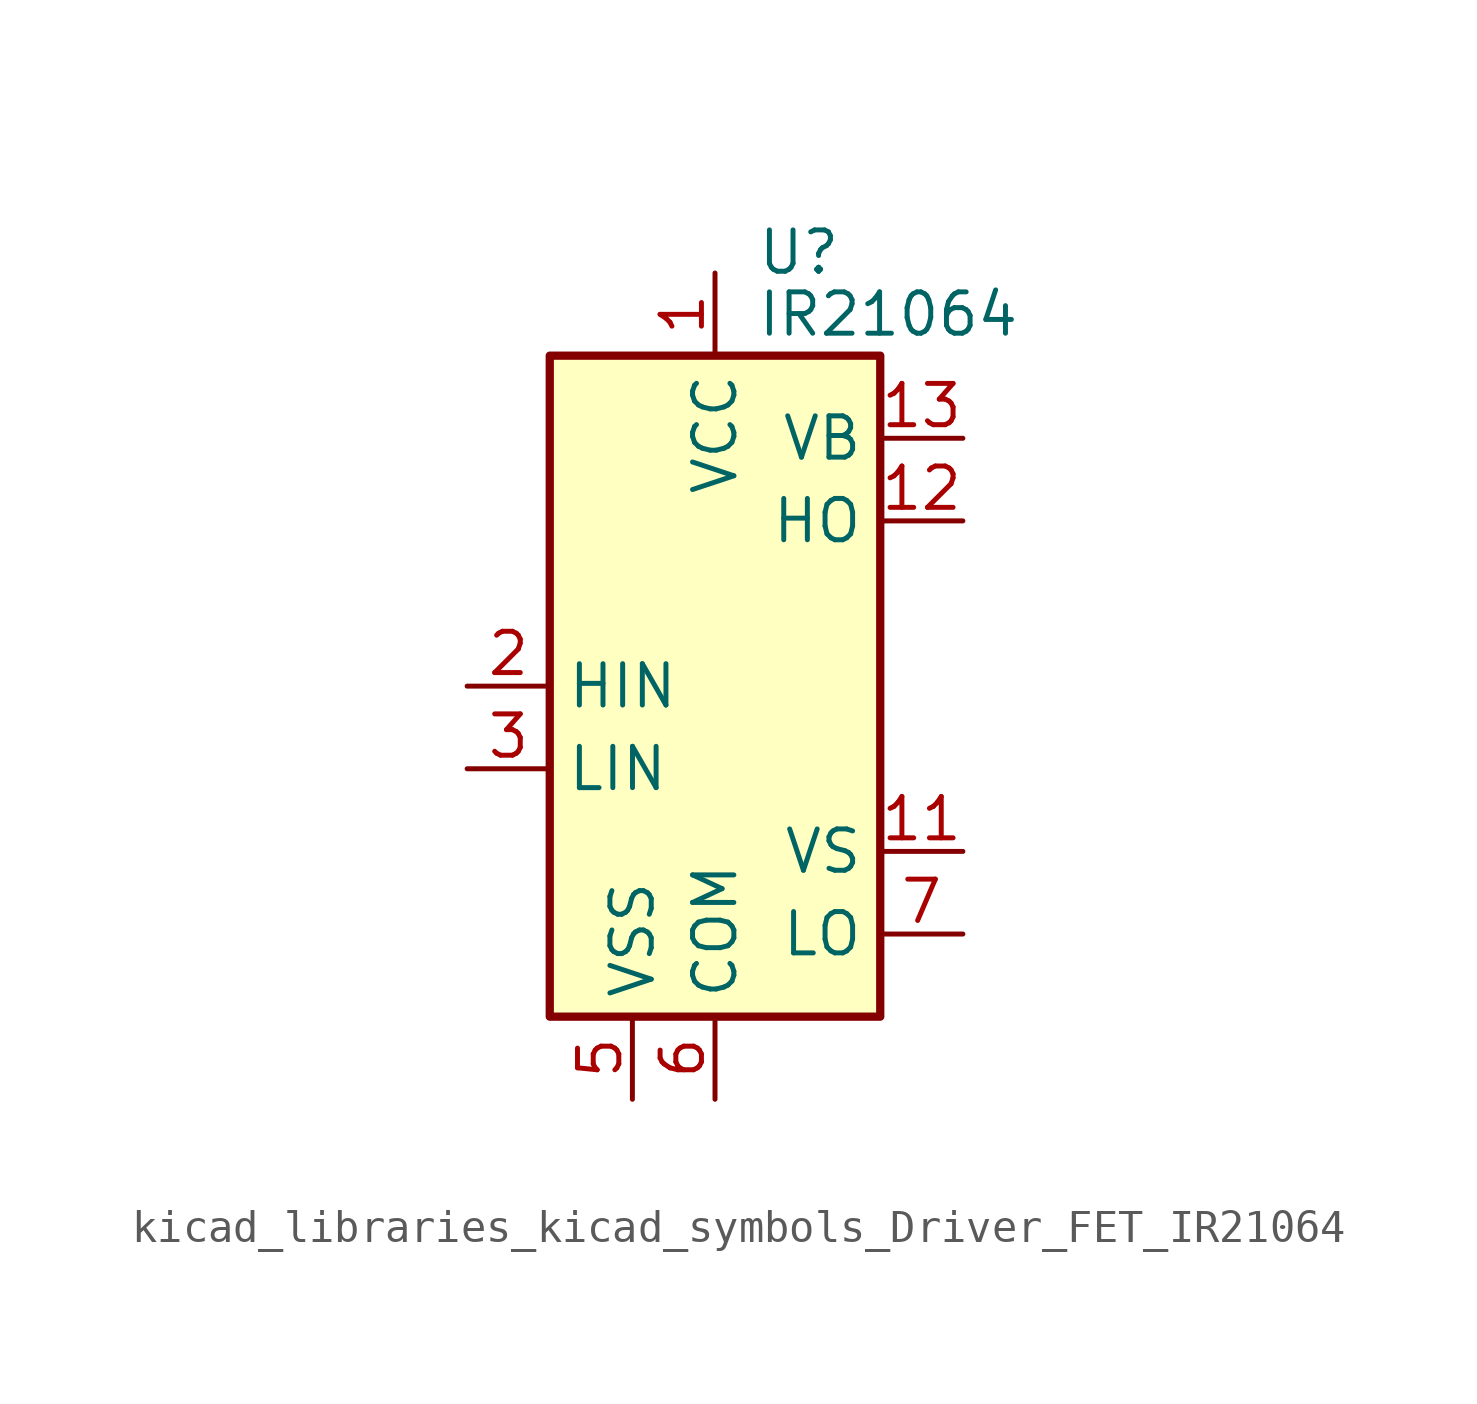
<source format=kicad_sym>
(kicad_symbol_lib
  (version 20220914)
  (generator kicad_symbol_editor)
  (symbol "kicad_libraries_kicad_symbols_Driver_FET_IR21064"
    (property "Reference" "U"
      (at 1.27 13.335 0)
      (effects (font (size 1.27 1.27)) (justify left)))
    (property "Value" "IR21064"
      (at 1.27 11.43 0)
      (effects (font (size 1.27 1.27)) (justify left)))
    (symbol "kicad_libraries_kicad_symbols_Driver_FET_IR21064_0_1"
      (rectangle (start -5.08 -10.16) (end 5.08 10.16) (stroke (width 0.254) (type default)) (fill (type background))))
    (symbol "kicad_libraries_kicad_symbols_Driver_FET_IR21064_1_1"
      (pin power_in line (at 0 12.7 270) (length 2.54) (name "VCC" (effects (font (size 1.27 1.27)))) (number "1" (effects (font (size 1.27 1.27)))))
      (pin no_connect line (at 5.08 2.54 180) (length 2.54) hide (name "NC" (effects (font (size 1.27 1.27)))) (number "10" (effects (font (size 1.27 1.27)))))
      (pin passive line (at 7.62 -5.08 180) (length 2.54) (name "VS" (effects (font (size 1.27 1.27)))) (number "11" (effects (font (size 1.27 1.27)))))
      (pin output line (at 7.62 5.08 180) (length 2.54) (name "HO" (effects (font (size 1.27 1.27)))) (number "12" (effects (font (size 1.27 1.27)))))
      (pin passive line (at 7.62 7.62 180) (length 2.54) (name "VB" (effects (font (size 1.27 1.27)))) (number "13" (effects (font (size 1.27 1.27)))))
      (pin no_connect line (at 5.08 0 180) (length 2.54) hide (name "NC" (effects (font (size 1.27 1.27)))) (number "14" (effects (font (size 1.27 1.27)))))
      (pin input line (at -7.62 0 0) (length 2.54) (name "HIN" (effects (font (size 1.27 1.27)))) (number "2" (effects (font (size 1.27 1.27)))))
      (pin input line (at -7.62 -2.54 0) (length 2.54) (name "LIN" (effects (font (size 1.27 1.27)))) (number "3" (effects (font (size 1.27 1.27)))))
      (pin no_connect line (at -5.08 7.62 0) (length 2.54) hide (name "NC" (effects (font (size 1.27 1.27)))) (number "4" (effects (font (size 1.27 1.27)))))
      (pin power_in line (at -2.54 -12.7 90) (length 2.54) (name "VSS" (effects (font (size 1.27 1.27)))) (number "5" (effects (font (size 1.27 1.27)))))
      (pin power_in line (at 0 -12.7 90) (length 2.54) (name "COM" (effects (font (size 1.27 1.27)))) (number "6" (effects (font (size 1.27 1.27)))))
      (pin output line (at 7.62 -7.62 180) (length 2.54) (name "LO" (effects (font (size 1.27 1.27)))) (number "7" (effects (font (size 1.27 1.27)))))
      (pin no_connect line (at -5.08 5.08 0) (length 2.54) hide (name "NC" (effects (font (size 1.27 1.27)))) (number "8" (effects (font (size 1.27 1.27)))))
      (pin no_connect line (at -5.08 2.54 0) (length 2.54) hide (name "NC" (effects (font (size 1.27 1.27)))) (number "9" (effects (font (size 1.27 1.27))))))))
</source>
